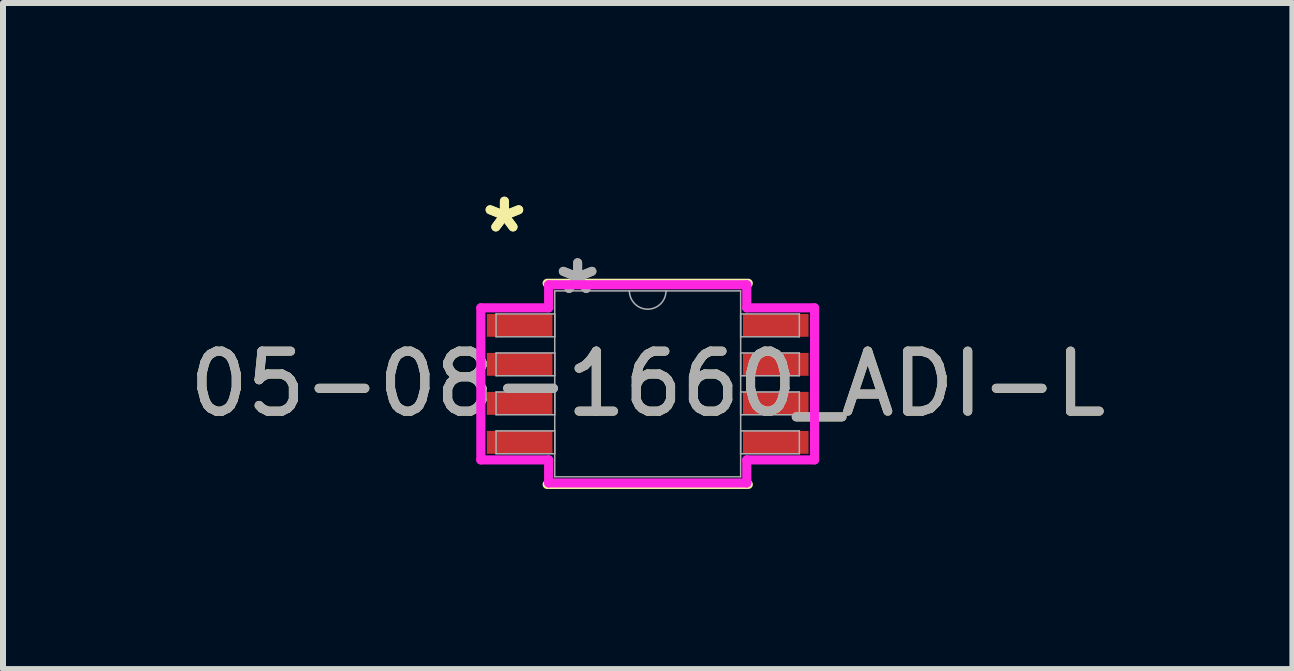
<source format=kicad_pcb>
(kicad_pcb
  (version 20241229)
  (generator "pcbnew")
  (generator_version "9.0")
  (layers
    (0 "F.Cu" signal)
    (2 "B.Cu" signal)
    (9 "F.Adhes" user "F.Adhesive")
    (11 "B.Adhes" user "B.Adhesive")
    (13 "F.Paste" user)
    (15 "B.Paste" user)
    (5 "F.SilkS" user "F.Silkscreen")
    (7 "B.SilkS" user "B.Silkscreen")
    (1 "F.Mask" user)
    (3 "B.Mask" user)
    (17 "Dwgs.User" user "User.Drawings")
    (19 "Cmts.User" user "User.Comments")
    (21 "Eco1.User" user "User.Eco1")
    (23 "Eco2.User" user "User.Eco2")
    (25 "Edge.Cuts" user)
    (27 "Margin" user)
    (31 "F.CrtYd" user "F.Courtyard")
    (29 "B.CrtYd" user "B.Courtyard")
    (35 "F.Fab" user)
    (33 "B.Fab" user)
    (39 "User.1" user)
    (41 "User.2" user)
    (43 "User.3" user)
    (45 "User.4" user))
  (footprint "05-08-1660_ADI-L"
    (layer "F.Cu")
    (at 7.744 3.347)
    (property "Reference" "05-08-1660_ADI-L" (at 0 0 0) (unlocked yes) (layer "F.SilkS") (effects (font (size 1 1) (thickness 0.15))))
    (attr smd)
    (fp_line (start -1.676 1.676) (end 1.676 1.676) (stroke (width 0.152) (type solid)) (layer "F.SilkS"))
    (fp_line (start 1.676 -1.676) (end -1.676 -1.676) (stroke (width 0.152) (type solid)) (layer "F.SilkS"))
    (fp_line (start -2.781 -1.267) (end -1.651 -1.267) (stroke (width 0.152) (type solid)) (layer "F.CrtYd"))
    (fp_line (start -2.781 1.267) (end -2.781 -1.267) (stroke (width 0.152) (type solid)) (layer "F.CrtYd"))
    (fp_line (start -2.781 1.267) (end -1.651 1.267) (stroke (width 0.152) (type solid)) (layer "F.CrtYd"))
    (fp_line (start -1.651 -1.651) (end 1.651 -1.651) (stroke (width 0.152) (type solid)) (layer "F.CrtYd"))
    (fp_line (start -1.651 -1.267) (end -1.651 -1.651) (stroke (width 0.152) (type solid)) (layer "F.CrtYd"))
    (fp_line (start -1.651 1.651) (end -1.651 1.267) (stroke (width 0.152) (type solid)) (layer "F.CrtYd"))
    (fp_line (start 1.651 -1.651) (end 1.651 -1.267) (stroke (width 0.152) (type solid)) (layer "F.CrtYd"))
    (fp_line (start 1.651 1.267) (end 1.651 1.651) (stroke (width 0.152) (type solid)) (layer "F.CrtYd"))
    (fp_line (start 1.651 1.651) (end -1.651 1.651) (stroke (width 0.152) (type solid)) (layer "F.CrtYd"))
    (fp_line (start 2.781 -1.267) (end 1.651 -1.267) (stroke (width 0.152) (type solid)) (layer "F.CrtYd"))
    (fp_line (start 2.781 -1.267) (end 2.781 1.267) (stroke (width 0.152) (type solid)) (layer "F.CrtYd"))
    (fp_line (start 2.781 1.267) (end 1.651 1.267) (stroke (width 0.152) (type solid)) (layer "F.CrtYd"))
    (fp_line (start -2.527 -1.165) (end -2.527 -0.784) (stroke (width 0.025) (type solid)) (layer "F.Fab"))
    (fp_line (start -2.527 -0.784) (end -1.549 -0.784) (stroke (width 0.025) (type solid)) (layer "F.Fab"))
    (fp_line (start -2.527 -0.515) (end -2.527 -0.135) (stroke (width 0.025) (type solid)) (layer "F.Fab"))
    (fp_line (start -2.527 -0.135) (end -1.549 -0.135) (stroke (width 0.025) (type solid)) (layer "F.Fab"))
    (fp_line (start -2.527 0.135) (end -2.527 0.515) (stroke (width 0.025) (type solid)) (layer "F.Fab"))
    (fp_line (start -2.527 0.515) (end -1.549 0.515) (stroke (width 0.025) (type solid)) (layer "F.Fab"))
    (fp_line (start -2.527 0.784) (end -2.527 1.165) (stroke (width 0.025) (type solid)) (layer "F.Fab"))
    (fp_line (start -2.527 1.165) (end -1.549 1.165) (stroke (width 0.025) (type solid)) (layer "F.Fab"))
    (fp_line (start -1.549 -1.549) (end -1.549 1.549) (stroke (width 0.025) (type solid)) (layer "F.Fab"))
    (fp_line (start -1.549 -1.165) (end -2.527 -1.165) (stroke (width 0.025) (type solid)) (layer "F.Fab"))
    (fp_line (start -1.549 -0.784) (end -1.549 -1.165) (stroke (width 0.025) (type solid)) (layer "F.Fab"))
    (fp_line (start -1.549 -0.515) (end -2.527 -0.515) (stroke (width 0.025) (type solid)) (layer "F.Fab"))
    (fp_line (start -1.549 -0.135) (end -1.549 -0.515) (stroke (width 0.025) (type solid)) (layer "F.Fab"))
    (fp_line (start -1.549 0.135) (end -2.527 0.135) (stroke (width 0.025) (type solid)) (layer "F.Fab"))
    (fp_line (start -1.549 0.515) (end -1.549 0.135) (stroke (width 0.025) (type solid)) (layer "F.Fab"))
    (fp_line (start -1.549 0.784) (end -2.527 0.784) (stroke (width 0.025) (type solid)) (layer "F.Fab"))
    (fp_line (start -1.549 1.165) (end -1.549 0.784) (stroke (width 0.025) (type solid)) (layer "F.Fab"))
    (fp_line (start -1.549 1.549) (end 1.549 1.549) (stroke (width 0.025) (type solid)) (layer "F.Fab"))
    (fp_line (start 1.549 -1.549) (end -1.549 -1.549) (stroke (width 0.025) (type solid)) (layer "F.Fab"))
    (fp_line (start 1.549 -1.165) (end 1.549 -0.784) (stroke (width 0.025) (type solid)) (layer "F.Fab"))
    (fp_line (start 1.549 -0.784) (end 2.527 -0.784) (stroke (width 0.025) (type solid)) (layer "F.Fab"))
    (fp_line (start 1.549 -0.515) (end 1.549 -0.135) (stroke (width 0.025) (type solid)) (layer "F.Fab"))
    (fp_line (start 1.549 -0.135) (end 2.527 -0.135) (stroke (width 0.025) (type solid)) (layer "F.Fab"))
    (fp_line (start 1.549 0.135) (end 1.549 0.515) (stroke (width 0.025) (type solid)) (layer "F.Fab"))
    (fp_line (start 1.549 0.515) (end 2.527 0.515) (stroke (width 0.025) (type solid)) (layer "F.Fab"))
    (fp_line (start 1.549 0.784) (end 1.549 1.165) (stroke (width 0.025) (type solid)) (layer "F.Fab"))
    (fp_line (start 1.549 1.165) (end 2.527 1.165) (stroke (width 0.025) (type solid)) (layer "F.Fab"))
    (fp_line (start 1.549 1.549) (end 1.549 -1.549) (stroke (width 0.025) (type solid)) (layer "F.Fab"))
    (fp_line (start 2.527 -1.165) (end 1.549 -1.165) (stroke (width 0.025) (type solid)) (layer "F.Fab"))
    (fp_line (start 2.527 -0.784) (end 2.527 -1.165) (stroke (width 0.025) (type solid)) (layer "F.Fab"))
    (fp_line (start 2.527 -0.515) (end 1.549 -0.515) (stroke (width 0.025) (type solid)) (layer "F.Fab"))
    (fp_line (start 2.527 -0.135) (end 2.527 -0.515) (stroke (width 0.025) (type solid)) (layer "F.Fab"))
    (fp_line (start 2.527 0.135) (end 1.549 0.135) (stroke (width 0.025) (type solid)) (layer "F.Fab"))
    (fp_line (start 2.527 0.515) (end 2.527 0.135) (stroke (width 0.025) (type solid)) (layer "F.Fab"))
    (fp_line (start 2.527 0.784) (end 1.549 0.784) (stroke (width 0.025) (type solid)) (layer "F.Fab"))
    (fp_line (start 2.527 1.165) (end 2.527 0.784) (stroke (width 0.025) (type solid)) (layer "F.Fab"))
    (fp_arc (start 0.3048 -1.5494) (mid 0 -1.2446) (end -0.3048 -1.5494) (stroke (width 0.0254) (type solid)) (layer "F.Fab"))
    (fp_text user "*" (at -2.388 -2.499 0) (layer "F.SilkS") (effects (font (size 1 1) (thickness 0.15))))
    (fp_text user "*" (at -2.388 -2.499 0) (unlocked yes) (layer "F.SilkS") (effects (font (size 1 1) (thickness 0.15))))
    (fp_text user "*" (at -1.168 -1.473 0) (unlocked yes) (layer "F.Fab") (effects (font (size 1 1) (thickness 0.15))))
    (fp_text user "${REFERENCE}" (at 0 0 0) (unlocked yes) (layer "F.Fab") (effects (font (size 1 1) (thickness 0.15))))
    (fp_text user "*" (at -1.168 -1.473 0) (layer "F.Fab") (effects (font (size 1 1) (thickness 0.15))))
    (pad "1" smd rect (at -2.134 -0.975) (size 1.092 0.381) (layers "F.Cu" "F.Mask" "F.Paste"))
    (pad "2" smd rect (at -2.134 -0.325) (size 1.092 0.381) (layers "F.Cu" "F.Mask" "F.Paste"))
    (pad "3" smd rect (at -2.134 0.325) (size 1.092 0.381) (layers "F.Cu" "F.Mask" "F.Paste"))
    (pad "4" smd rect (at -2.134 0.975) (size 1.092 0.381) (layers "F.Cu" "F.Mask" "F.Paste"))
    (pad "5" smd rect (at 2.134 0.975) (size 1.092 0.381) (layers "F.Cu" "F.Mask" "F.Paste"))
    (pad "6" smd rect (at 2.134 0.325) (size 1.092 0.381) (layers "F.Cu" "F.Mask" "F.Paste"))
    (pad "7" smd rect (at 2.134 -0.325) (size 1.092 0.381) (layers "F.Cu" "F.Mask" "F.Paste"))
    (pad "8" smd rect (at 2.134 -0.975) (size 1.092 0.381) (layers "F.Cu" "F.Mask" "F.Paste")))
  (gr_rect
    (start -3 -3)
    (end 18.488 8.1)
    (stroke (width 0.1) (type default))
    (fill no)
    (layer "Edge.Cuts")))
</source>
